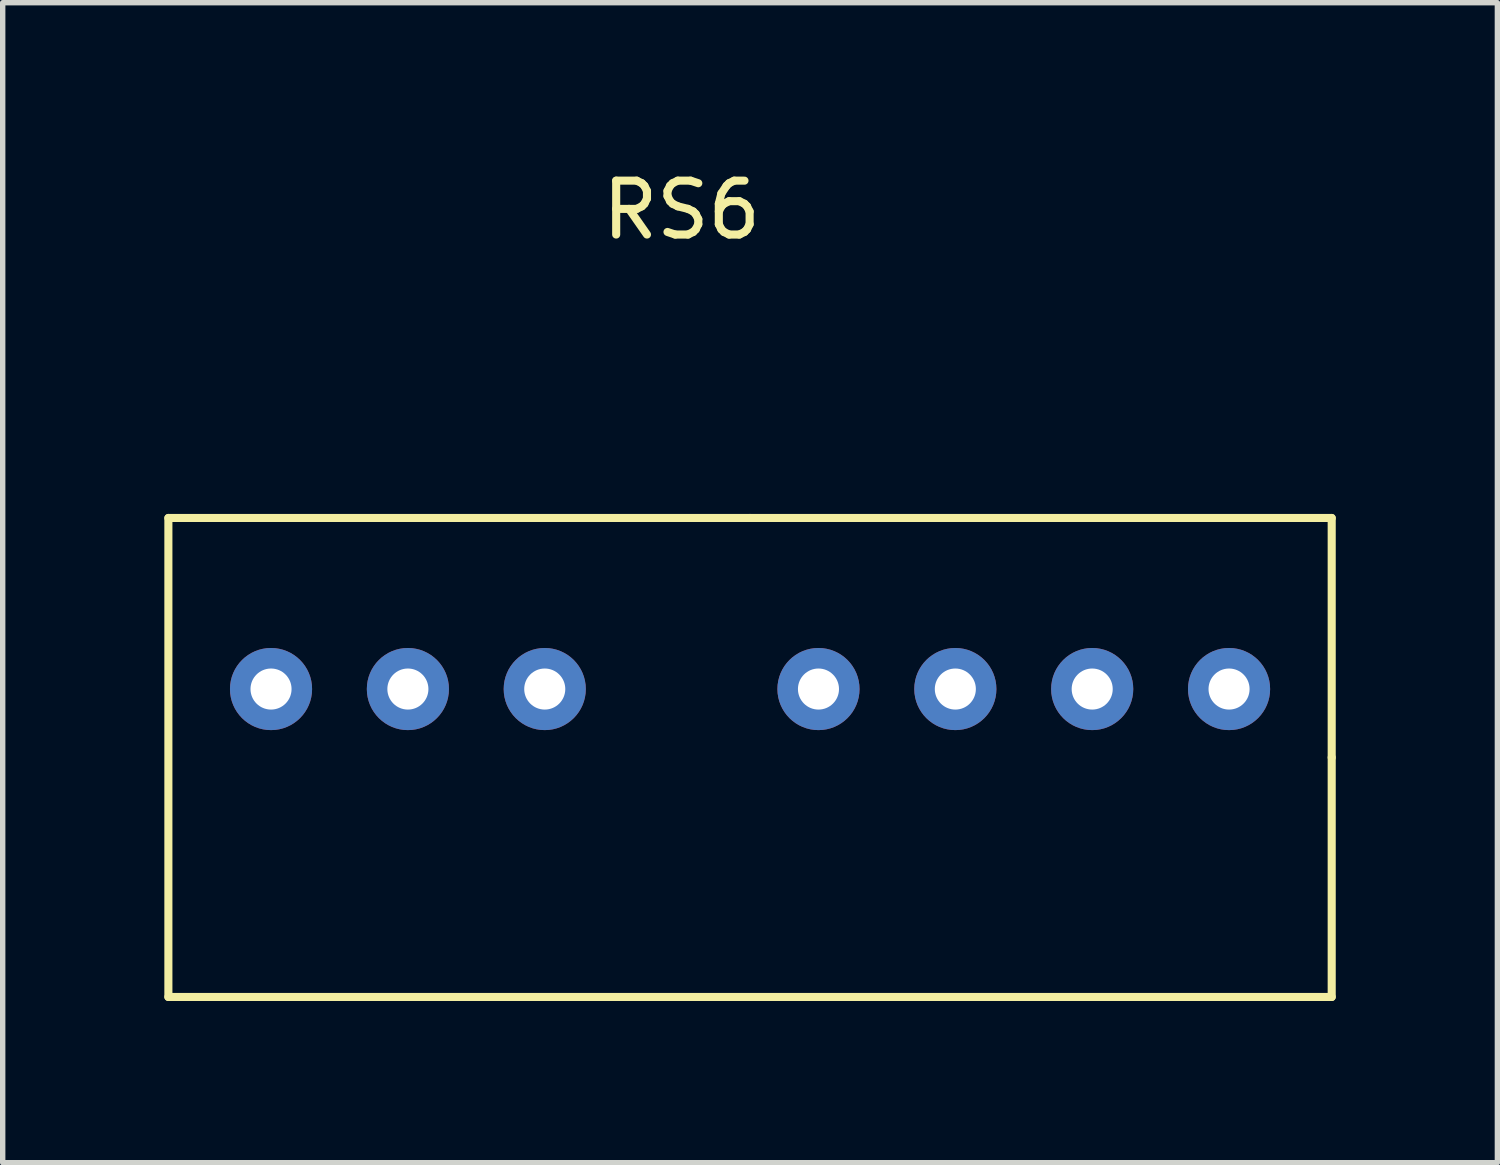
<source format=kicad_pcb>
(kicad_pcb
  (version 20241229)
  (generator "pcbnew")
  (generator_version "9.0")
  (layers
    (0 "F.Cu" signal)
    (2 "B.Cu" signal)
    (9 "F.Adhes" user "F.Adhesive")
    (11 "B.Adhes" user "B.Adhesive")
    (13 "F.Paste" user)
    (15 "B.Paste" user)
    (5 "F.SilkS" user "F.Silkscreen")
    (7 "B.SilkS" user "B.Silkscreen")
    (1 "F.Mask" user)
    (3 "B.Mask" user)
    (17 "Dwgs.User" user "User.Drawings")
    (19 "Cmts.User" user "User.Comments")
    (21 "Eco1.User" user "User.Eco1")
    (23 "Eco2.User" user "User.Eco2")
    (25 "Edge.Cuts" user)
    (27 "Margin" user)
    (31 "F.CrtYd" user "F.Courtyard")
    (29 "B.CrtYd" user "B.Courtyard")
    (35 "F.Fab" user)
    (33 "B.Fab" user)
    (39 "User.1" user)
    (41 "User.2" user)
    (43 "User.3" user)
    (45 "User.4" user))
  (footprint "RS6"
    (layer "F.Cu")
    (at 9.6 9.738)
    (property "Reference" "RS6" (at 0 -8.89 0) (layer "F.SilkS") (effects (font (size 1 1) (thickness 0.15))))
    (attr through_hole)
    (fp_line (start -9.525 -3.175) (end 1.27 -3.175) (stroke (width 0.15) (type solid)) (layer "F.SilkS"))
    (fp_line (start -9.525 5.715) (end -9.525 -3.175) (stroke (width 0.15) (type solid)) (layer "F.SilkS"))
    (fp_line (start 1.27 -3.175) (end 12.065 -3.175) (stroke (width 0.15) (type solid)) (layer "F.SilkS"))
    (fp_line (start 12.065 -3.175) (end 12.065 1.27) (stroke (width 0.15) (type solid)) (layer "F.SilkS"))
    (fp_line (start 12.065 1.27) (end 12.065 5.715) (stroke (width 0.15) (type solid)) (layer "F.SilkS"))
    (fp_line (start 12.065 5.715) (end -9.525 5.715) (stroke (width 0.15) (type solid)) (layer "F.SilkS"))
    (pad "1" thru_hole circle (at -7.62 0) (size 1.524 1.524) (drill 0.762) (layers "*.Cu" "*.Mask"))
    (pad "2" thru_hole circle (at -5.08 0) (size 1.524 1.524) (drill 0.762) (layers "*.Cu" "*.Mask"))
    (pad "3" thru_hole circle (at -2.54 0) (size 1.524 1.524) (drill 0.762) (layers "*.Cu" "*.Mask"))
    (pad "5" thru_hole circle (at 2.54 0) (size 1.524 1.524) (drill 0.762) (layers "*.Cu" "*.Mask"))
    (pad "6" thru_hole circle (at 5.08 0) (size 1.524 1.524) (drill 0.762) (layers "*.Cu" "*.Mask"))
    (pad "7" thru_hole circle (at 7.62 0) (size 1.524 1.524) (drill 0.762) (layers "*.Cu" "*.Mask"))
    (pad "8" thru_hole circle (at 10.16 0) (size 1.524 1.524) (drill 0.762) (layers "*.Cu" "*.Mask")))
  (gr_rect
    (start -3 -3)
    (end 24.74 18.528)
    (stroke (width 0.1) (type default))
    (fill no)
    (layer "Edge.Cuts")))
</source>
